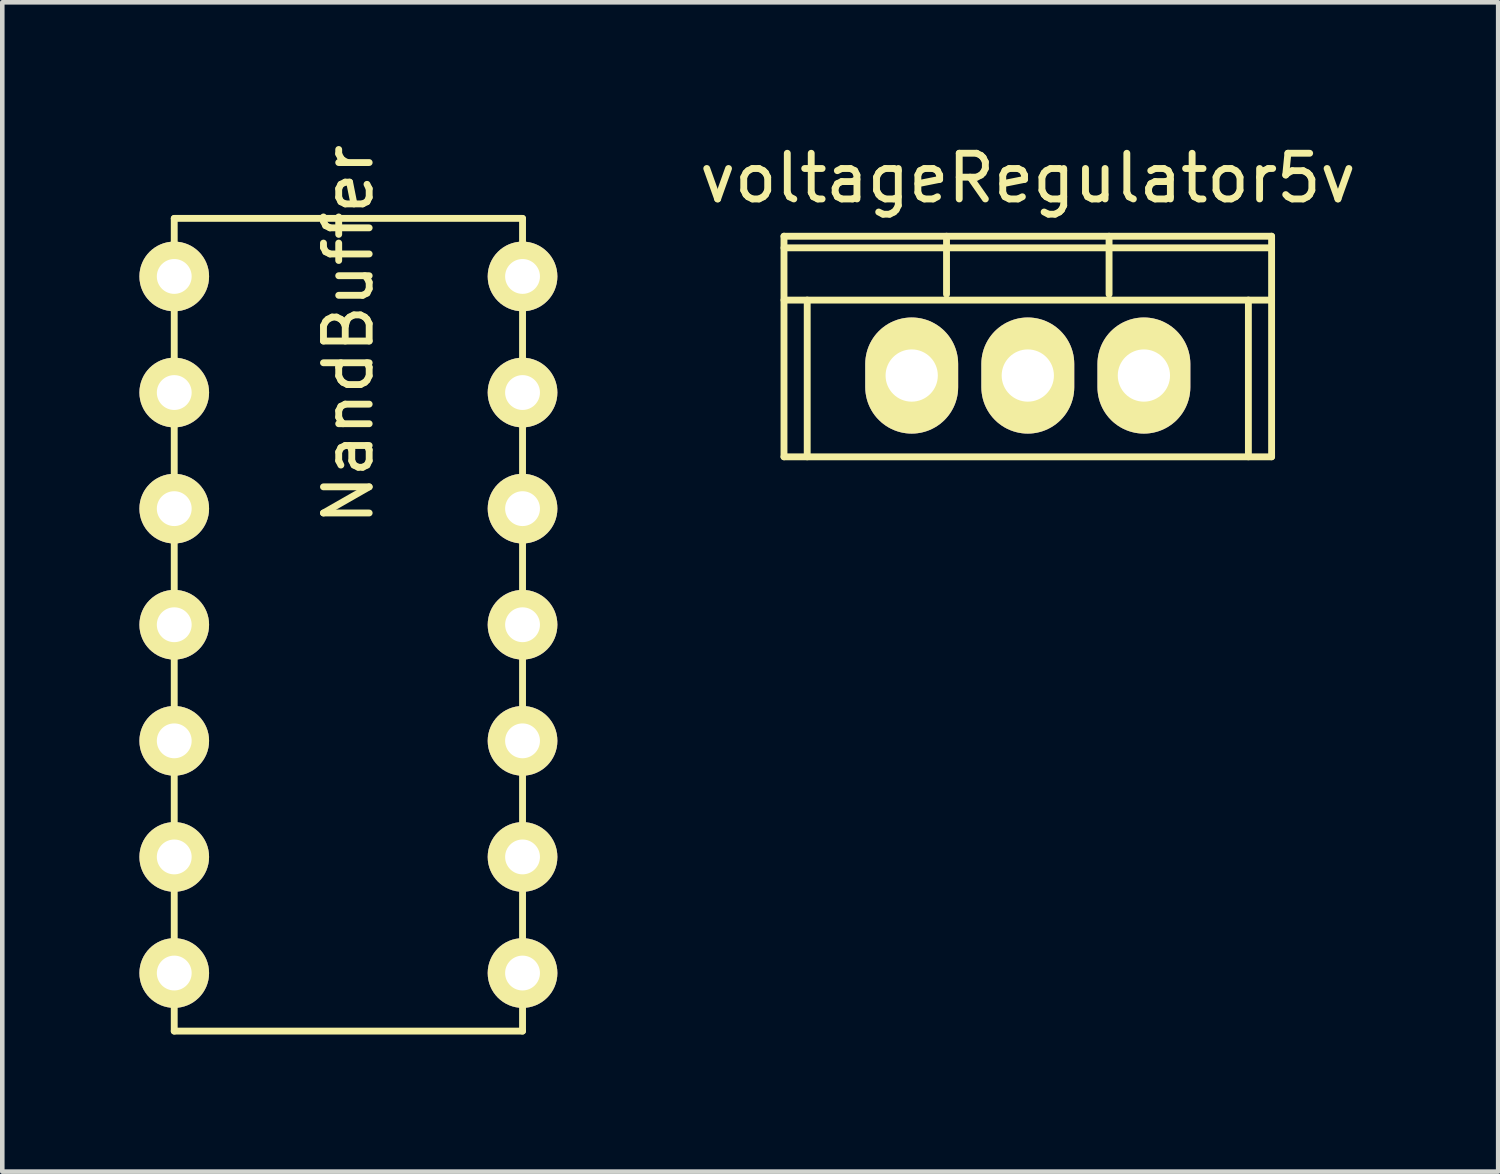
<source format=kicad_pcb>
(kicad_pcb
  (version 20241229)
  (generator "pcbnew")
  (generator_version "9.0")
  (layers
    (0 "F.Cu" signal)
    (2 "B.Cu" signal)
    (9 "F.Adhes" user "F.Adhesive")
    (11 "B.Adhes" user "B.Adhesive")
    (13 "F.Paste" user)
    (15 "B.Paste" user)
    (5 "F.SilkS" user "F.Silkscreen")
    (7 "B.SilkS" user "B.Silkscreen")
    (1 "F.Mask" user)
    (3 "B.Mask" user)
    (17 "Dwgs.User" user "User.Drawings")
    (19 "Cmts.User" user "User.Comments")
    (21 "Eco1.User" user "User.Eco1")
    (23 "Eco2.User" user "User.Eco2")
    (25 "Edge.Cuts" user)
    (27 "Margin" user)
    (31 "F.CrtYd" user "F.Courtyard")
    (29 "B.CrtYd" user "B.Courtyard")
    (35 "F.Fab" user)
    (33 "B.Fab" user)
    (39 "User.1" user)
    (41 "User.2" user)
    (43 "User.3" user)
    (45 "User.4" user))
  (footprint "NandBuffer"
    (layer "F.Cu")
    (at 0.762 2.998)
    (property "Reference" "NandBuffer" (at 3.81 1.27 90) (layer "F.SilkS") (effects (font (size 1 1) (thickness 0.15))))
    (attr through_hole)
    (fp_line (start 0 -1.27) (end 7.62 -1.27) (stroke (width 0.15) (type solid)) (layer "F.SilkS"))
    (fp_line (start 0 16.51) (end 0 -1.27) (stroke (width 0.15) (type solid)) (layer "F.SilkS"))
    (fp_line (start 7.62 -1.27) (end 7.62 16.51) (stroke (width 0.15) (type solid)) (layer "F.SilkS"))
    (fp_line (start 7.62 16.51) (end 0 16.51) (stroke (width 0.15) (type solid)) (layer "F.SilkS"))
    (pad "1" thru_hole circle (at 0 0) (size 1.524 1.524) (drill 0.762) (layers "*.Cu" "*.Mask" "F.SilkS"))
    (pad "2" thru_hole circle (at 0 2.54) (size 1.524 1.524) (drill 0.762) (layers "*.Cu" "*.Mask" "F.SilkS"))
    (pad "3" thru_hole circle (at 0 5.08) (size 1.524 1.524) (drill 0.762) (layers "*.Cu" "*.Mask" "F.SilkS"))
    (pad "4" thru_hole circle (at 0 7.62) (size 1.524 1.524) (drill 0.762) (layers "*.Cu" "*.Mask" "F.SilkS"))
    (pad "5" thru_hole circle (at 0 10.16) (size 1.524 1.524) (drill 0.762) (layers "*.Cu" "*.Mask" "F.SilkS"))
    (pad "6" thru_hole circle (at 0 12.7) (size 1.524 1.524) (drill 0.762) (layers "*.Cu" "*.Mask" "F.SilkS"))
    (pad "7" thru_hole circle (at 0 15.24) (size 1.524 1.524) (drill 0.762) (layers "*.Cu" "*.Mask" "F.SilkS"))
    (pad "8" thru_hole circle (at 7.62 15.24) (size 1.524 1.524) (drill 0.762) (layers "*.Cu" "*.Mask" "F.SilkS"))
    (pad "9" thru_hole circle (at 7.62 12.7) (size 1.524 1.524) (drill 0.762) (layers "*.Cu" "*.Mask" "F.SilkS"))
    (pad "10" thru_hole circle (at 7.62 10.16) (size 1.524 1.524) (drill 0.762) (layers "*.Cu" "*.Mask" "F.SilkS"))
    (pad "11" thru_hole circle (at 7.62 7.62) (size 1.524 1.524) (drill 0.762) (layers "*.Cu" "*.Mask" "F.SilkS"))
    (pad "12" thru_hole circle (at 7.62 5.08) (size 1.524 1.524) (drill 0.762) (layers "*.Cu" "*.Mask" "F.SilkS"))
    (pad "13" thru_hole circle (at 7.62 2.54) (size 1.524 1.524) (drill 0.762) (layers "*.Cu" "*.Mask" "F.SilkS"))
    (pad "14" thru_hole circle (at 7.62 0) (size 1.524 1.524) (drill 0.762) (layers "*.Cu" "*.Mask" "F.SilkS")))
  (footprint "voltageRegulator5v"
    (layer "F.Cu")
    (at 19.436 5.166)
    (property "Reference" "voltageRegulator5v" (at 0 -4.318 0) (layer "F.SilkS") (effects (font (size 1 1) (thickness 0.15))))
    (attr through_hole)
    (fp_line (start -5.334 -3.048) (end -5.334 1.778) (stroke (width 0.15) (type solid)) (layer "F.SilkS"))
    (fp_line (start -5.334 -1.651) (end 5.334 -1.651) (stroke (width 0.15) (type solid)) (layer "F.SilkS"))
    (fp_line (start -4.826 -1.651) (end -4.826 1.778) (stroke (width 0.15) (type solid)) (layer "F.SilkS"))
    (fp_line (start -1.778 -1.778) (end -1.778 -3.048) (stroke (width 0.15) (type solid)) (layer "F.SilkS"))
    (fp_line (start 1.778 -1.778) (end 1.778 -3.048) (stroke (width 0.15) (type solid)) (layer "F.SilkS"))
    (fp_line (start 4.826 -1.651) (end 4.826 1.778) (stroke (width 0.15) (type solid)) (layer "F.SilkS"))
    (fp_line (start 5.334 -3.048) (end -5.334 -3.048) (stroke (width 0.15) (type solid)) (layer "F.SilkS"))
    (fp_line (start 5.334 -3.048) (end 5.334 1.778) (stroke (width 0.15) (type solid)) (layer "F.SilkS"))
    (fp_line (start 5.334 -2.794) (end -5.334 -2.794) (stroke (width 0.15) (type solid)) (layer "F.SilkS"))
    (fp_line (start 5.334 1.778) (end -5.334 1.778) (stroke (width 0.15) (type solid)) (layer "F.SilkS"))
    (pad "1" thru_hole oval (at -2.54 0) (size 2.032 2.54) (drill 1.143) (layers "*.Cu" "*.Mask" "F.SilkS"))
    (pad "2" thru_hole oval (at 0 0) (size 2.032 2.54) (drill 1.143) (layers "*.Cu" "*.Mask" "F.SilkS"))
    (pad "3" thru_hole oval (at 2.54 0) (size 2.032 2.54) (drill 1.143) (layers "*.Cu" "*.Mask" "F.SilkS")))
  (gr_rect
    (start -3 -3)
    (end 29.727 22.583)
    (stroke (width 0.1) (type default))
    (fill no)
    (layer "Edge.Cuts")))
</source>
